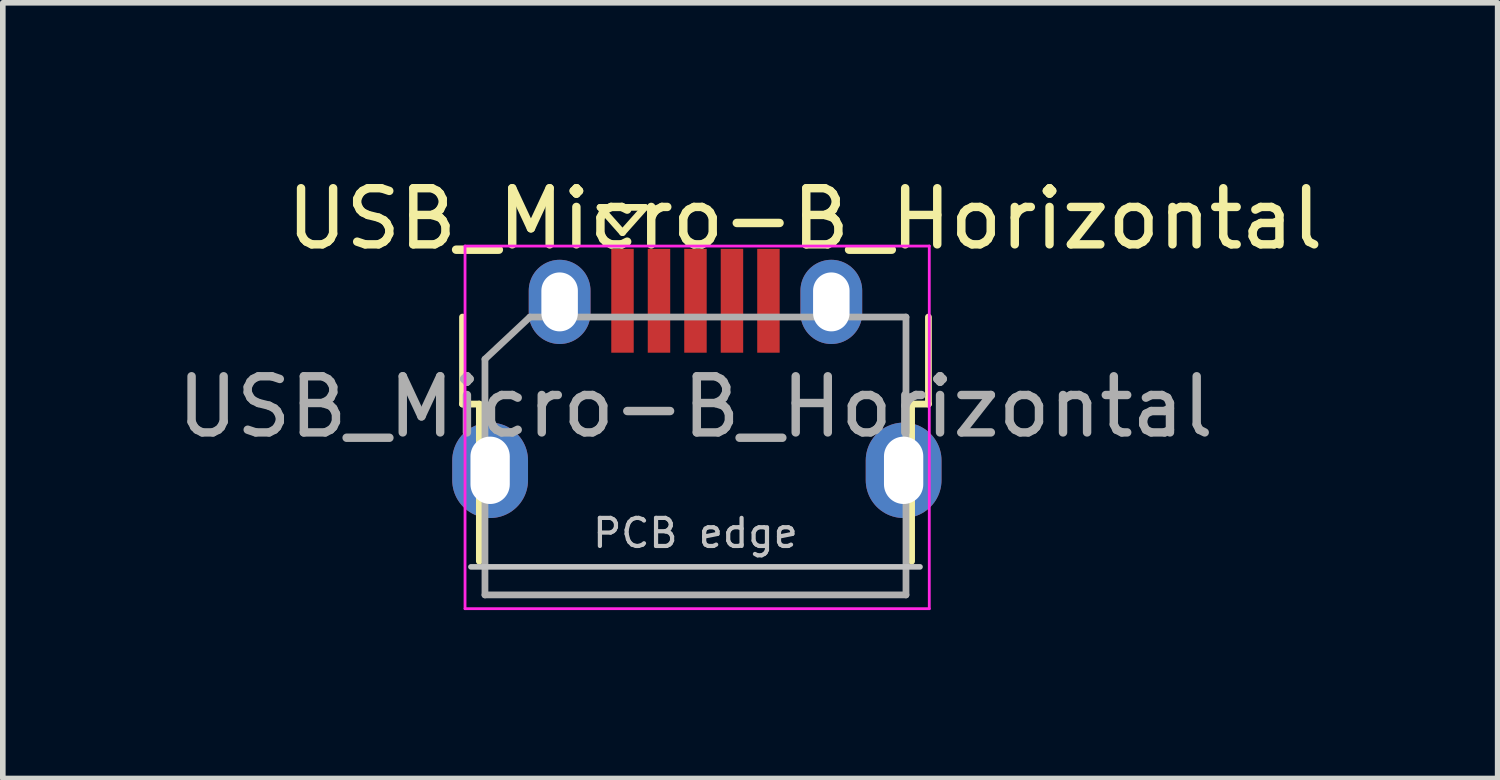
<source format=kicad_pcb>
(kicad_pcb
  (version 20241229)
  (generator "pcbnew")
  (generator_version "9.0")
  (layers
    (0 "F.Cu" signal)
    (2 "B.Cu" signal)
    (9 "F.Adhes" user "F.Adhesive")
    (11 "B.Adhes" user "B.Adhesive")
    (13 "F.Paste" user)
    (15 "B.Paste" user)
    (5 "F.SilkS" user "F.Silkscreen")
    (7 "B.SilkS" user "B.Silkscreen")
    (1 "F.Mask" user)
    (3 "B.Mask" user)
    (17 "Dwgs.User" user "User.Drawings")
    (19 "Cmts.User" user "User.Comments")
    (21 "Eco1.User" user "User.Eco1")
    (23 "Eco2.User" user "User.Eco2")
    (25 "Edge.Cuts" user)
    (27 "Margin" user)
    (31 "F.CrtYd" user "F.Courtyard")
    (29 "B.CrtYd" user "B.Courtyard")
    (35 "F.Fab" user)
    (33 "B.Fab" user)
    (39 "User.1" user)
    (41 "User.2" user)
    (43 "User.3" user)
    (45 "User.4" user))
  (footprint "USB_Micro-B_Horizontal"
    (layer "F.Cu")
    (at 9.364 4.213)
    (property "Reference" "USB_Micro-B_Horizontal" (at 1.925 -3.365 0) (layer "F.SilkS") (effects (font (size 1 1) (thickness 0.15))))
    (attr smd)
    (fp_line (start -4.175 -0.065) (end -4.175 -1.615) (stroke (width 0.12) (type solid)) (layer "F.SilkS"))
    (fp_line (start -4.175 -0.065) (end -3.875 -0.065) (stroke (width 0.12) (type solid)) (layer "F.SilkS"))
    (fp_line (start -3.875 2.735) (end -3.875 -0.065) (stroke (width 0.12) (type solid)) (layer "F.SilkS"))
    (fp_line (start -1.725 -3.569) (end -0.925 -3.569) (stroke (width 0.12) (type solid)) (layer "F.SilkS"))
    (fp_line (start -1.325 -3.119) (end -1.725 -3.569) (stroke (width 0.12) (type solid)) (layer "F.SilkS"))
    (fp_line (start -0.925 -3.569) (end -1.325 -3.119) (stroke (width 0.12) (type solid)) (layer "F.SilkS"))
    (fp_line (start 3.825 -0.065) (end 4.125 -0.065) (stroke (width 0.12) (type solid)) (layer "F.SilkS"))
    (fp_line (start 3.825 2.735) (end 3.825 -0.065) (stroke (width 0.12) (type solid)) (layer "F.SilkS"))
    (fp_line (start 4.125 -0.065) (end 4.125 -1.615) (stroke (width 0.12) (type solid)) (layer "F.SilkS"))
    (fp_line (start -4.025 2.835) (end 3.975 2.835) (stroke (width 0.1) (type solid)) (layer "Dwgs.User"))
    (fp_line (start -4.13 -2.88) (end -4.13 3.58) (stroke (width 0.05) (type solid)) (layer "F.CrtYd"))
    (fp_line (start -4.13 -2.88) (end 4.14 -2.88) (stroke (width 0.05) (type solid)) (layer "F.CrtYd"))
    (fp_line (start 4.14 3.58) (end -4.13 3.58) (stroke (width 0.05) (type solid)) (layer "F.CrtYd"))
    (fp_line (start 4.14 3.58) (end 4.14 -2.88) (stroke (width 0.05) (type solid)) (layer "F.CrtYd"))
    (fp_line (start -3.775 -0.865) (end -2.975 -1.615) (stroke (width 0.12) (type solid)) (layer "F.Fab"))
    (fp_line (start -3.775 3.335) (end -3.775 -0.865) (stroke (width 0.12) (type solid)) (layer "F.Fab"))
    (fp_line (start -2.975 -1.615) (end 3.725 -1.615) (stroke (width 0.12) (type solid)) (layer "F.Fab"))
    (fp_line (start 3.725 -1.615) (end 3.725 3.335) (stroke (width 0.12) (type solid)) (layer "F.Fab"))
    (fp_line (start 3.725 3.335) (end -3.775 3.335) (stroke (width 0.12) (type solid)) (layer "F.Fab"))
    (fp_text user "PCB edge" (at -0.025 2.235 0) (layer "Dwgs.User") (effects (font (size 0.5 0.5) (thickness 0.075))))
    (fp_text user "${REFERENCE}" (at -0.025 -0.015 0) (layer "F.Fab") (effects (font (size 1 1) (thickness 0.15))))
    (pad "1" smd rect (at -1.325 -1.905 90) (size 1.85 0.4) (layers "F.Cu" "F.Mask" "F.Paste"))
    (pad "2" smd rect (at -0.675 -1.905 90) (size 1.85 0.4) (layers "F.Cu" "F.Mask" "F.Paste"))
    (pad "3" smd rect (at -0.025 -1.905 90) (size 1.85 0.4) (layers "F.Cu" "F.Mask" "F.Paste"))
    (pad "4" smd rect (at 0.625 -1.905 90) (size 1.85 0.4) (layers "F.Cu" "F.Mask" "F.Paste"))
    (pad "5" smd rect (at 1.275 -1.905 90) (size 1.85 0.4) (layers "F.Cu" "F.Mask" "F.Paste"))
    (pad "6" thru_hole oval (at -3.683 1.115 90) (size 1.7 1.35) (drill oval 1.2 0.7) (layers "*.Cu" "*.Mask"))
    (pad "6" thru_hole oval (at -2.445 -1.885 90) (size 1.5 1.1) (drill oval 1.05 0.65) (layers "*.Cu" "*.Mask"))
    (pad "6" thru_hole oval (at 2.395 -1.885 90) (size 1.5 1.1) (drill oval 1.05 0.65) (layers "*.Cu" "*.Mask"))
    (pad "6" thru_hole oval (at 3.683 1.115 90) (size 1.7 1.35) (drill oval 1.2 0.7) (layers "*.Cu" "*.Mask")))
  (gr_rect
    (start -3 -3)
    (end 23.629 10.818)
    (stroke (width 0.1) (type default))
    (fill no)
    (layer "Edge.Cuts")))
</source>
